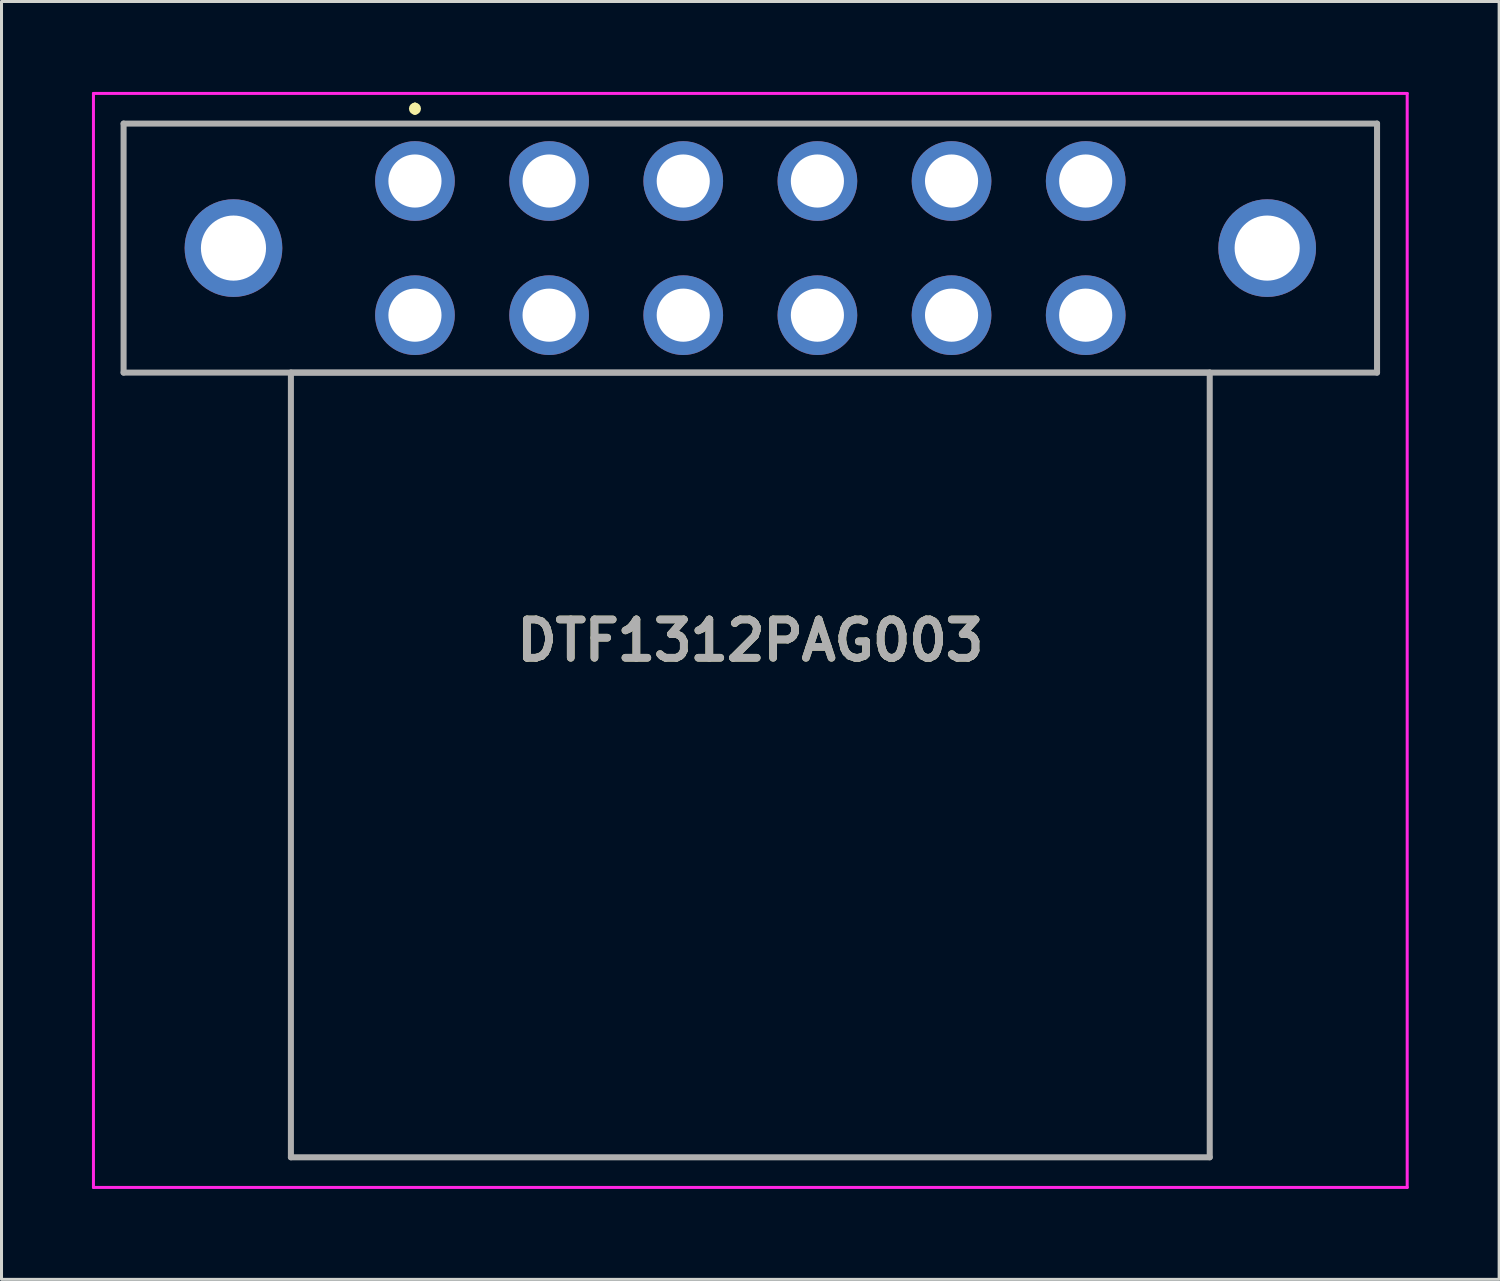
<source format=kicad_pcb>
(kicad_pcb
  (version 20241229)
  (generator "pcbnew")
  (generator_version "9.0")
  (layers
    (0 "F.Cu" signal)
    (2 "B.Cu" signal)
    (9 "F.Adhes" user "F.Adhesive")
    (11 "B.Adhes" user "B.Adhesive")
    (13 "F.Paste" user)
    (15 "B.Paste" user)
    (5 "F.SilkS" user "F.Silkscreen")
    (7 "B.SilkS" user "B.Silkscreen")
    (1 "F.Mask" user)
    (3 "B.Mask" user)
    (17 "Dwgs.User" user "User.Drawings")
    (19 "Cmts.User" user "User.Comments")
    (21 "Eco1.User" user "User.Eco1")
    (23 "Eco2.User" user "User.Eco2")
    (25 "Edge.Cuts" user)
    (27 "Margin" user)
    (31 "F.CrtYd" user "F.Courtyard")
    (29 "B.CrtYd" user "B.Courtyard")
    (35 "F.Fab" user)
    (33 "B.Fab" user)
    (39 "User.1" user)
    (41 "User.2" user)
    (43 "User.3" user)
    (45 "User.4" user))
  (footprint "DTF1312PAG003"
    (layer "F.Cu")
    (at 10.715 2.955)
    (property "Reference" "DTF1312PAG003" (at 11.125 15.24 0) (layer "F.SilkS") (effects (font (size 1.27 1.27) (thickness 0.254))))
    (attr through_hole)
    (fp_line (start -9.665 -1.905) (end 31.915 -1.905) (stroke (width 0.1) (type solid)) (layer "F.SilkS"))
    (fp_line (start -9.665 6.355) (end -9.665 -1.905) (stroke (width 0.1) (type solid)) (layer "F.SilkS"))
    (fp_line (start 0 -2.5) (end 0 -2.5) (stroke (width 0.2) (type solid)) (layer "F.SilkS"))
    (fp_line (start 0 -2.3) (end 0 -2.3) (stroke (width 0.2) (type solid)) (layer "F.SilkS"))
    (fp_line (start 31.915 -1.905) (end 31.915 6.355) (stroke (width 0.1) (type solid)) (layer "F.SilkS"))
    (fp_line (start 31.915 6.355) (end -9.665 6.355) (stroke (width 0.1) (type solid)) (layer "F.SilkS"))
    (fp_arc (start 0 -2.5) (mid 0.1 -2.4) (end 0 -2.3) (stroke (width 0.2) (type solid)) (layer "F.SilkS"))
    (fp_arc (start 0 -2.3) (mid -0.1 -2.4) (end 0 -2.5) (stroke (width 0.2) (type solid)) (layer "F.SilkS"))
    (fp_line (start -10.665 -2.905) (end 32.915 -2.905) (stroke (width 0.1) (type solid)) (layer "F.CrtYd"))
    (fp_line (start -10.665 33.385) (end -10.665 -2.905) (stroke (width 0.1) (type solid)) (layer "F.CrtYd"))
    (fp_line (start 32.915 -2.905) (end 32.915 33.385) (stroke (width 0.1) (type solid)) (layer "F.CrtYd"))
    (fp_line (start 32.915 33.385) (end -10.665 33.385) (stroke (width 0.1) (type solid)) (layer "F.CrtYd"))
    (fp_line (start -9.665 -1.905) (end 31.915 -1.905) (stroke (width 0.2) (type solid)) (layer "F.Fab"))
    (fp_line (start -9.665 6.355) (end -9.665 -1.905) (stroke (width 0.2) (type solid)) (layer "F.Fab"))
    (fp_line (start -4.115 6.355) (end 26.365 6.355) (stroke (width 0.2) (type solid)) (layer "F.Fab"))
    (fp_line (start -4.115 32.385) (end -4.115 6.355) (stroke (width 0.2) (type solid)) (layer "F.Fab"))
    (fp_line (start 26.365 6.355) (end 26.365 32.385) (stroke (width 0.2) (type solid)) (layer "F.Fab"))
    (fp_line (start 26.365 32.385) (end -4.115 32.385) (stroke (width 0.2) (type solid)) (layer "F.Fab"))
    (fp_line (start 31.915 -1.905) (end 31.915 6.355) (stroke (width 0.2) (type solid)) (layer "F.Fab"))
    (fp_line (start 31.915 6.355) (end -9.665 6.355) (stroke (width 0.2) (type solid)) (layer "F.Fab"))
    (fp_text user "${REFERENCE}" (at 11.125 15.24 0) (layer "F.Fab") (effects (font (size 1.27 1.27) (thickness 0.254))))
    (pad "1" thru_hole circle (at 0 0) (size 2.643 2.643) (drill 1.762) (layers "*.Cu" "*.Mask"))
    (pad "2" thru_hole circle (at 4.45 0) (size 2.643 2.643) (drill 1.762) (layers "*.Cu" "*.Mask"))
    (pad "3" thru_hole circle (at 8.9 0) (size 2.643 2.643) (drill 1.762) (layers "*.Cu" "*.Mask"))
    (pad "4" thru_hole circle (at 13.35 0) (size 2.643 2.643) (drill 1.762) (layers "*.Cu" "*.Mask"))
    (pad "5" thru_hole circle (at 17.8 0) (size 2.643 2.643) (drill 1.762) (layers "*.Cu" "*.Mask"))
    (pad "6" thru_hole circle (at 22.25 0) (size 2.643 2.643) (drill 1.762) (layers "*.Cu" "*.Mask"))
    (pad "7" thru_hole circle (at 0 4.45) (size 2.643 2.643) (drill 1.762) (layers "*.Cu" "*.Mask"))
    (pad "8" thru_hole circle (at 4.45 4.45) (size 2.643 2.643) (drill 1.762) (layers "*.Cu" "*.Mask"))
    (pad "9" thru_hole circle (at 8.9 4.45) (size 2.643 2.643) (drill 1.762) (layers "*.Cu" "*.Mask"))
    (pad "10" thru_hole circle (at 13.35 4.45) (size 2.643 2.643) (drill 1.762) (layers "*.Cu" "*.Mask"))
    (pad "11" thru_hole circle (at 17.8 4.45) (size 2.643 2.643) (drill 1.762) (layers "*.Cu" "*.Mask"))
    (pad "12" thru_hole circle (at 22.25 4.45) (size 2.643 2.643) (drill 1.762) (layers "*.Cu" "*.Mask"))
    (pad "MH1" thru_hole circle (at -6.02 2.225) (size 3.24 3.24) (drill 2.16) (layers "*.Cu" "*.Mask"))
    (pad "MH2" thru_hole circle (at 28.27 2.225) (size 3.24 3.24) (drill 2.16) (layers "*.Cu" "*.Mask")))
  (gr_rect
    (start -3 -3)
    (end 46.68 39.39)
    (stroke (width 0.1) (type default))
    (fill no)
    (layer "Edge.Cuts")))
</source>
